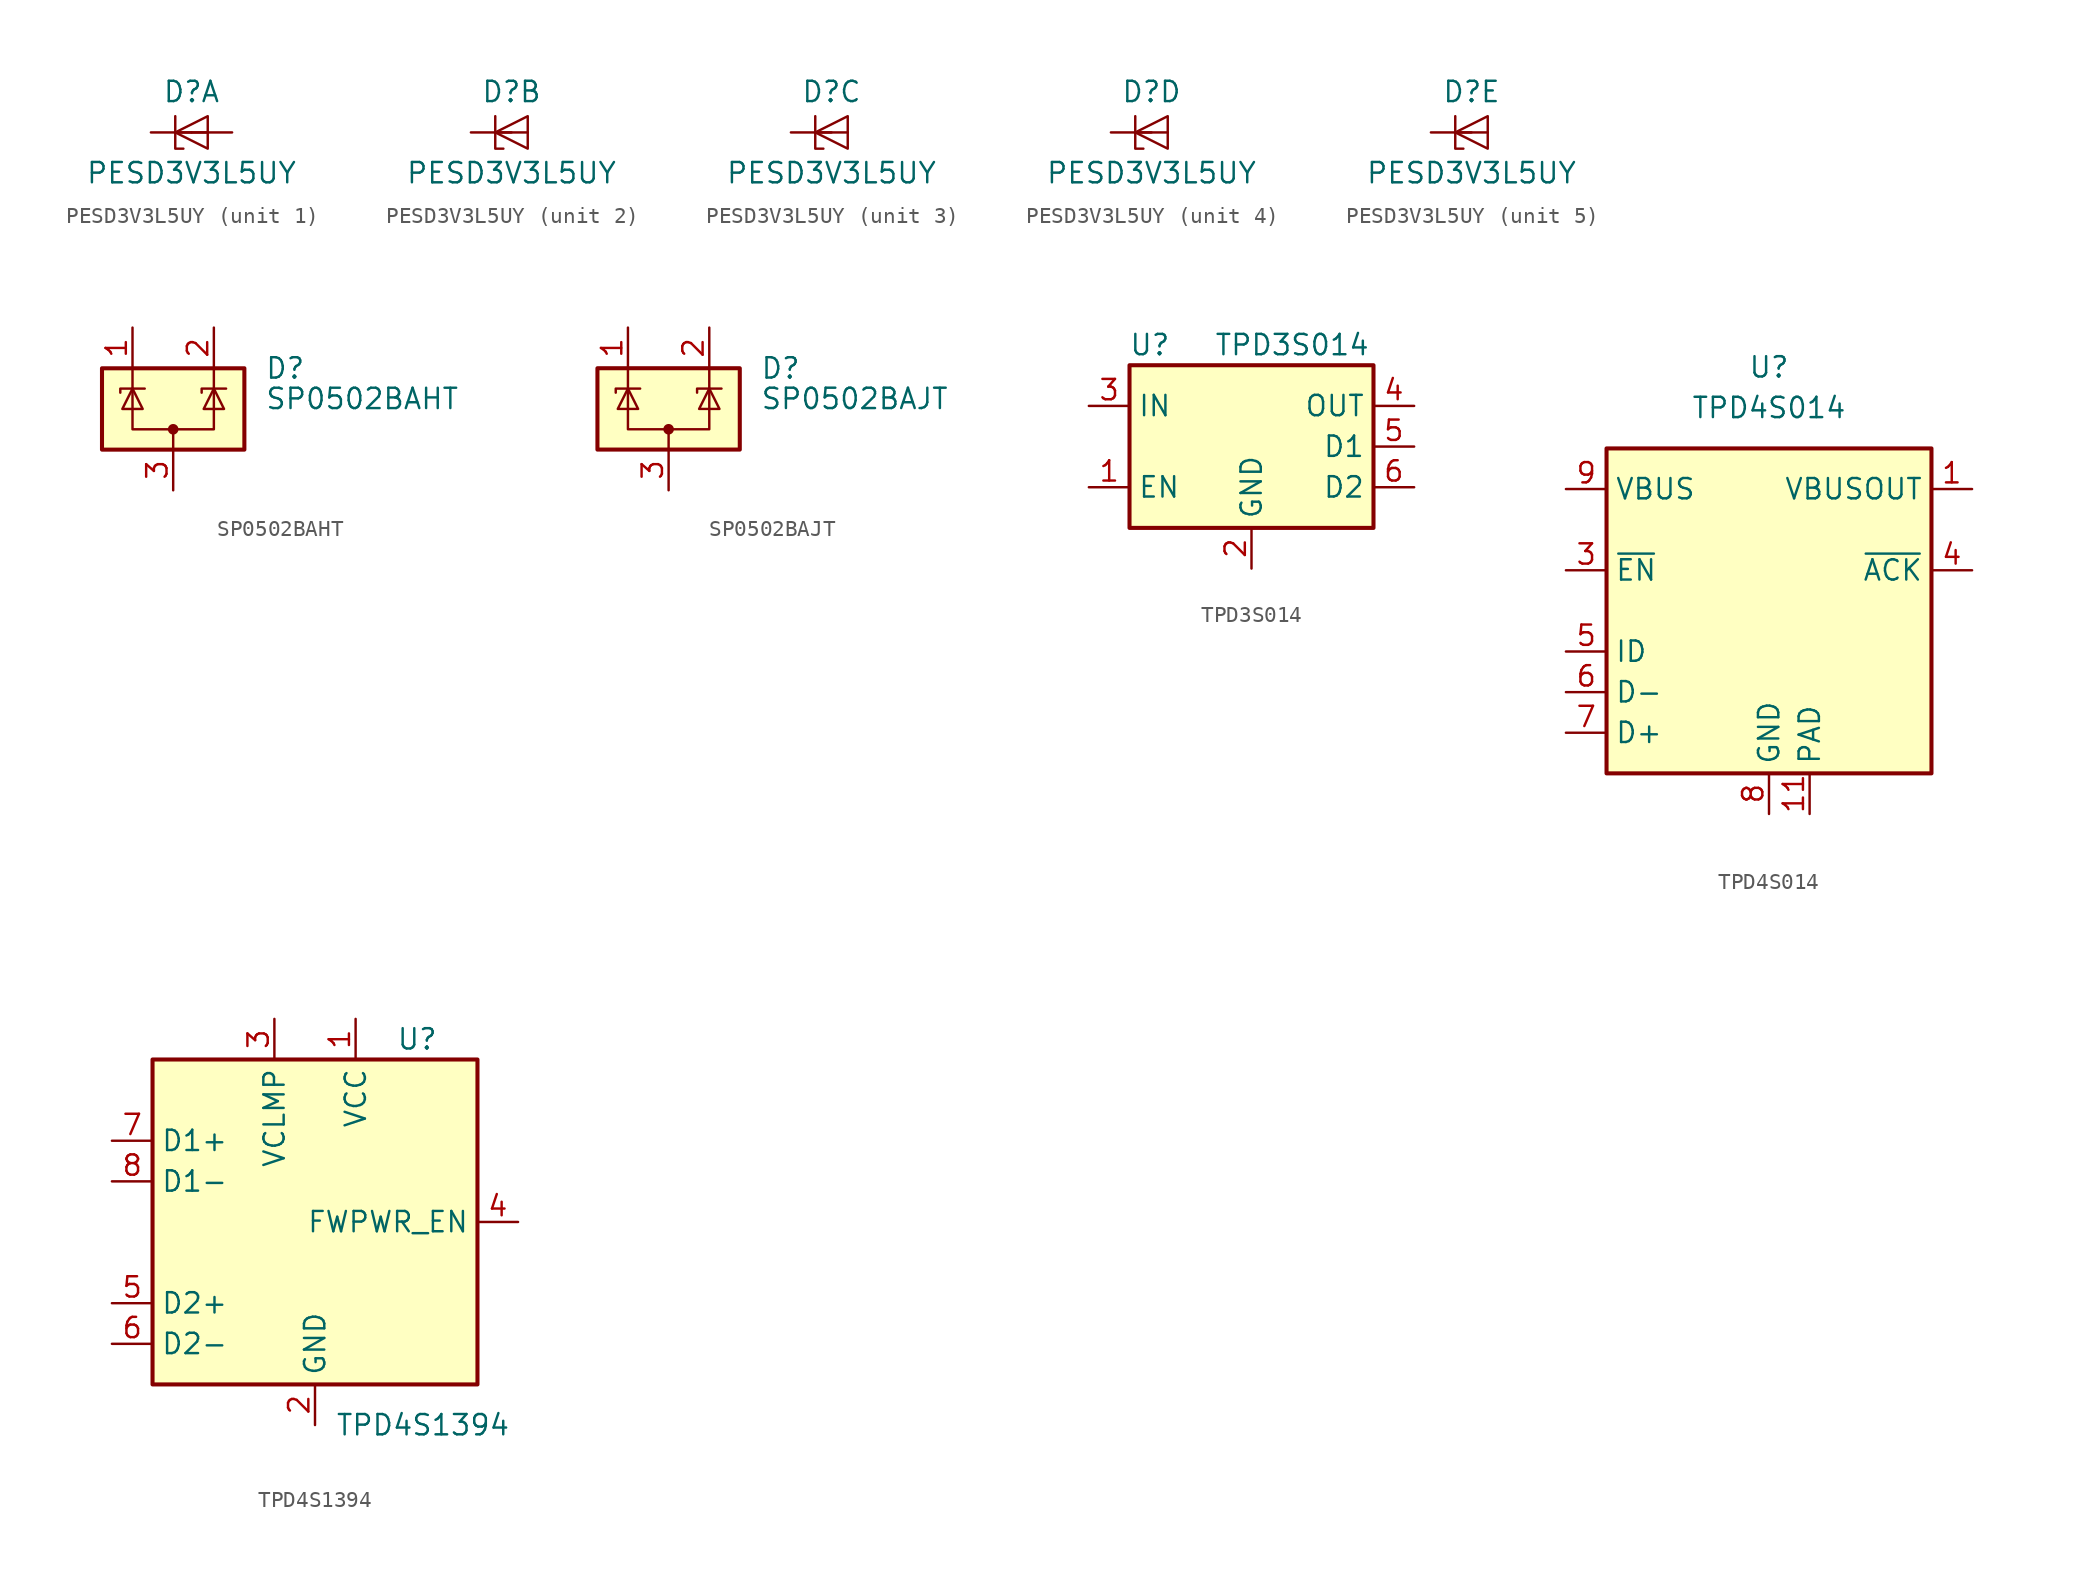
<source format=kicad_sym>
(kicad_symbol_lib
  (version 20220914)
  (generator kicad_symbol_editor)
  (symbol "PESD3V3L5UY"
    (pin_numbers hide)
    (pin_names hide)
    (property "Reference" "D"
      (at 0 2.54 0)
      (effects (font (size 1.27 1.27))))
    (property "Value" "PESD3V3L5UY"
      (at 0 -2.54 0)
      (effects (font (size 1.27 1.27))))
    (property "ki_locked" ""
      (at 0 0 0)
      (effects (font (size 1.27 1.27))))
    (symbol "PESD3V3L5UY_0_1"
      (polyline (pts (xy -1.016 0) (xy 1.016 0)) (stroke (width 0) (type default)) (fill (type none)))
      (polyline (pts (xy -1.016 1.016) (xy -1.016 -1.016) (xy -0.508 -1.016)) (stroke (width 0) (type default)) (fill (type none)))
      (polyline (pts (xy 1.016 1.016) (xy -1.016 0) (xy 1.016 -1.016) (xy 1.016 1.016)) (stroke (width 0) (type default)) (fill (type none))))
    (symbol "PESD3V3L5UY_1_1"
      (pin passive line (at -2.54 0 0) (length 2.54) (name "K1" (effects (font (size 1.27 1.27)))) (number "1" (effects (font (size 1.27 1.27)))))
      (pin passive line (at 2.54 0 180) (length 2.54) (name "A" (effects (font (size 1.27 1.27)))) (number "2" (effects (font (size 1.27 1.27))))))
    (symbol "PESD3V3L5UY_2_1"
      (pin passive line (at -2.54 0 0) (length 2.54) (name "K2" (effects (font (size 1.27 1.27)))) (number "3" (effects (font (size 1.27 1.27))))))
    (symbol "PESD3V3L5UY_3_1"
      (pin passive line (at -2.54 0 0) (length 2.54) (name "K3" (effects (font (size 1.27 1.27)))) (number "4" (effects (font (size 1.27 1.27))))))
    (symbol "PESD3V3L5UY_4_1"
      (pin passive line (at -2.54 0 0) (length 2.54) (name "K4" (effects (font (size 1.27 1.27)))) (number "5" (effects (font (size 1.27 1.27))))))
    (symbol "PESD3V3L5UY_5_1"
      (pin passive line (at -2.54 0 0) (length 2.54) (name "K5" (effects (font (size 1.27 1.27)))) (number "6" (effects (font (size 1.27 1.27)))))))
  (symbol "SP0502BAHT"
    (pin_names hide)
    (property "Reference" "D"
      (at 5.715 2.54 0)
      (effects (font (size 1.27 1.27)) (justify left)))
    (property "Value" "SP0502BAHT"
      (at 5.715 0.635 0)
      (effects (font (size 1.27 1.27)) (justify left)))
    (symbol "SP0502BAHT_0_0"
      (pin passive line (at 0 -5.08 90) (length 2.54) (name "A" (effects (font (size 1.27 1.27)))) (number "3" (effects (font (size 1.27 1.27))))))
    (symbol "SP0502BAHT_0_1"
      (rectangle (start -4.445 2.54) (end 4.445 -2.54) (stroke (width 0.254) (type default)) (fill (type background)))
      (circle (center 0 -1.27) (radius 0.254) (stroke (width 0) (type default)) (fill (type outline)))
      (polyline (pts (xy -2.54 2.54) (xy -2.54 1.27)) (stroke (width 0) (type default)) (fill (type none)))
      (polyline (pts (xy 0 -1.27) (xy 0 -2.54)) (stroke (width 0) (type default)) (fill (type none)))
      (polyline (pts (xy 2.54 2.54) (xy 2.54 1.27)) (stroke (width 0) (type default)) (fill (type none)))
      (polyline (pts (xy -3.302 1.016) (xy -3.302 1.27) (xy -1.905 1.27) (xy -1.778 1.27)) (stroke (width 0) (type default)) (fill (type none)))
      (polyline (pts (xy -2.54 1.27) (xy -2.54 -1.27) (xy 2.54 -1.27) (xy 2.54 1.27)) (stroke (width 0) (type default)) (fill (type none)))
      (polyline (pts (xy -2.54 1.27) (xy -1.905 0) (xy -3.175 0) (xy -2.54 1.27)) (stroke (width 0) (type default)) (fill (type none)))
      (polyline (pts (xy 1.778 1.016) (xy 1.778 1.27) (xy 3.175 1.27) (xy 3.302 1.27)) (stroke (width 0) (type default)) (fill (type none)))
      (polyline (pts (xy 2.54 1.27) (xy 1.905 0) (xy 3.175 0) (xy 2.54 1.27)) (stroke (width 0) (type default)) (fill (type none))))
    (symbol "SP0502BAHT_1_1"
      (pin passive line (at -2.54 5.08 270) (length 2.54) (name "K" (effects (font (size 1.27 1.27)))) (number "1" (effects (font (size 1.27 1.27)))))
      (pin passive line (at 2.54 5.08 270) (length 2.54) (name "K" (effects (font (size 1.27 1.27)))) (number "2" (effects (font (size 1.27 1.27)))))))
  (symbol "SP0502BAJT"
    (pin_names hide)
    (property "Reference" "D"
      (at 5.715 2.54 0)
      (effects (font (size 1.27 1.27)) (justify left)))
    (property "Value" "SP0502BAJT"
      (at 5.715 0.635 0)
      (effects (font (size 1.27 1.27)) (justify left)))
    (symbol "SP0502BAJT_0_0"
      (pin passive line (at 0 -5.08 90) (length 2.54) (name "A" (effects (font (size 1.27 1.27)))) (number "3" (effects (font (size 1.27 1.27))))))
    (symbol "SP0502BAJT_0_1"
      (rectangle (start -4.445 2.54) (end 4.445 -2.54) (stroke (width 0.254) (type default)) (fill (type background)))
      (circle (center 0 -1.27) (radius 0.254) (stroke (width 0) (type default)) (fill (type outline)))
      (polyline (pts (xy -2.54 2.54) (xy -2.54 1.27)) (stroke (width 0) (type default)) (fill (type none)))
      (polyline (pts (xy 0 -1.27) (xy 0 -2.54)) (stroke (width 0) (type default)) (fill (type none)))
      (polyline (pts (xy 2.54 2.54) (xy 2.54 1.27)) (stroke (width 0) (type default)) (fill (type none)))
      (polyline (pts (xy -3.302 1.016) (xy -3.302 1.27) (xy -1.905 1.27) (xy -1.778 1.27)) (stroke (width 0) (type default)) (fill (type none)))
      (polyline (pts (xy -2.54 1.27) (xy -2.54 -1.27) (xy 2.54 -1.27) (xy 2.54 1.27)) (stroke (width 0) (type default)) (fill (type none)))
      (polyline (pts (xy -2.54 1.27) (xy -1.905 0) (xy -3.175 0) (xy -2.54 1.27)) (stroke (width 0) (type default)) (fill (type none)))
      (polyline (pts (xy 1.778 1.016) (xy 1.778 1.27) (xy 3.175 1.27) (xy 3.302 1.27)) (stroke (width 0) (type default)) (fill (type none)))
      (polyline (pts (xy 2.54 1.27) (xy 1.905 0) (xy 3.175 0) (xy 2.54 1.27)) (stroke (width 0) (type default)) (fill (type none))))
    (symbol "SP0502BAJT_1_1"
      (pin passive line (at -2.54 5.08 270) (length 2.54) (name "K" (effects (font (size 1.27 1.27)))) (number "1" (effects (font (size 1.27 1.27)))))
      (pin passive line (at 2.54 5.08 270) (length 2.54) (name "K" (effects (font (size 1.27 1.27)))) (number "2" (effects (font (size 1.27 1.27)))))))
  (symbol "TPD3S014"
    (property "Reference" "U"
      (at -6.35 6.35 0)
      (effects (font (size 1.27 1.27))))
    (property "Value" "TPD3S014"
      (at 2.54 6.35 0)
      (effects (font (size 1.27 1.27))))
    (symbol "TPD3S014_0_1"
      (rectangle (start -7.62 5.08) (end 7.62 -5.08) (stroke (width 0.254) (type default)) (fill (type background))))
    (symbol "TPD3S014_1_1"
      (pin input line (at -10.16 -2.54 0) (length 2.54) (name "EN" (effects (font (size 1.27 1.27)))) (number "1" (effects (font (size 1.27 1.27)))))
      (pin power_in line (at 0 -7.62 90) (length 2.54) (name "GND" (effects (font (size 1.27 1.27)))) (number "2" (effects (font (size 1.27 1.27)))))
      (pin power_in line (at -10.16 2.54 0) (length 2.54) (name "IN" (effects (font (size 1.27 1.27)))) (number "3" (effects (font (size 1.27 1.27)))))
      (pin passive line (at 10.16 2.54 180) (length 2.54) (name "OUT" (effects (font (size 1.27 1.27)))) (number "4" (effects (font (size 1.27 1.27)))))
      (pin passive line (at 10.16 0 180) (length 2.54) (name "D1" (effects (font (size 1.27 1.27)))) (number "5" (effects (font (size 1.27 1.27)))))
      (pin passive line (at 10.16 -2.54 180) (length 2.54) (name "D2" (effects (font (size 1.27 1.27)))) (number "6" (effects (font (size 1.27 1.27)))))))
  (symbol "TPD4S014"
    (property "Reference" "U"
      (at 0 15.24 0)
      (effects (font (size 1.27 1.27))))
    (property "Value" "TPD4S014"
      (at 0 12.7 0)
      (effects (font (size 1.27 1.27))))
    (symbol "TPD4S014_0_1"
      (rectangle (start -10.16 10.16) (end 10.16 -10.16) (stroke (width 0.254) (type default)) (fill (type background))))
    (symbol "TPD4S014_1_1"
      (pin power_out line (at 12.7 7.62 180) (length 2.54) (name "VBUSOUT" (effects (font (size 1.27 1.27)))) (number "1" (effects (font (size 1.27 1.27)))))
      (pin passive line (at -12.7 7.62 0) (length 2.54) hide (name "VBUS" (effects (font (size 1.27 1.27)))) (number "10" (effects (font (size 1.27 1.27)))))
      (pin power_in line (at 2.54 -12.7 90) (length 2.54) (name "PAD" (effects (font (size 1.27 1.27)))) (number "11" (effects (font (size 1.27 1.27)))))
      (pin passive line (at 12.7 7.62 180) (length 2.54) hide (name "VBUSOUT" (effects (font (size 1.27 1.27)))) (number "2" (effects (font (size 1.27 1.27)))))
      (pin input line (at -12.7 2.54 0) (length 2.54) (name "~{EN}" (effects (font (size 1.27 1.27)))) (number "3" (effects (font (size 1.27 1.27)))))
      (pin open_collector line (at 12.7 2.54 180) (length 2.54) (name "~{ACK}" (effects (font (size 1.27 1.27)))) (number "4" (effects (font (size 1.27 1.27)))))
      (pin passive line (at -12.7 -2.54 0) (length 2.54) (name "ID" (effects (font (size 1.27 1.27)))) (number "5" (effects (font (size 1.27 1.27)))))
      (pin passive line (at -12.7 -5.08 0) (length 2.54) (name "D-" (effects (font (size 1.27 1.27)))) (number "6" (effects (font (size 1.27 1.27)))))
      (pin passive line (at -12.7 -7.62 0) (length 2.54) (name "D+" (effects (font (size 1.27 1.27)))) (number "7" (effects (font (size 1.27 1.27)))))
      (pin power_in line (at 0 -12.7 90) (length 2.54) (name "GND" (effects (font (size 1.27 1.27)))) (number "8" (effects (font (size 1.27 1.27)))))
      (pin power_in line (at -12.7 7.62 0) (length 2.54) (name "VBUS" (effects (font (size 1.27 1.27)))) (number "9" (effects (font (size 1.27 1.27)))))))
  (symbol "TPD4S1394"
    (property "Reference" "U"
      (at 5.08 11.43 0)
      (effects (font (size 1.27 1.27)) (justify left)))
    (property "Value" "TPD4S1394"
      (at 1.27 -12.7 0)
      (effects (font (size 1.27 1.27)) (justify left)))
    (symbol "TPD4S1394_0_1"
      (rectangle (start -10.16 10.16) (end 10.16 -10.16) (stroke (width 0.254) (type default)) (fill (type background))))
    (symbol "TPD4S1394_1_1"
      (pin power_in line (at 2.54 12.7 270) (length 2.54) (name "VCC" (effects (font (size 1.27 1.27)))) (number "1" (effects (font (size 1.27 1.27)))))
      (pin power_in line (at 0 -12.7 90) (length 2.54) (name "GND" (effects (font (size 1.27 1.27)))) (number "2" (effects (font (size 1.27 1.27)))))
      (pin passive line (at -2.54 12.7 270) (length 2.54) (name "VCLMP" (effects (font (size 1.27 1.27)))) (number "3" (effects (font (size 1.27 1.27)))))
      (pin passive line (at 12.7 0 180) (length 2.54) (name "FWPWR_EN" (effects (font (size 1.27 1.27)))) (number "4" (effects (font (size 1.27 1.27)))))
      (pin passive line (at -12.7 -5.08 0) (length 2.54) (name "D2+" (effects (font (size 1.27 1.27)))) (number "5" (effects (font (size 1.27 1.27)))))
      (pin passive line (at -12.7 -7.62 0) (length 2.54) (name "D2-" (effects (font (size 1.27 1.27)))) (number "6" (effects (font (size 1.27 1.27)))))
      (pin passive line (at -12.7 5.08 0) (length 2.54) (name "D1+" (effects (font (size 1.27 1.27)))) (number "7" (effects (font (size 1.27 1.27)))))
      (pin passive line (at -12.7 2.54 0) (length 2.54) (name "D1-" (effects (font (size 1.27 1.27)))) (number "8" (effects (font (size 1.27 1.27))))))))
</source>
